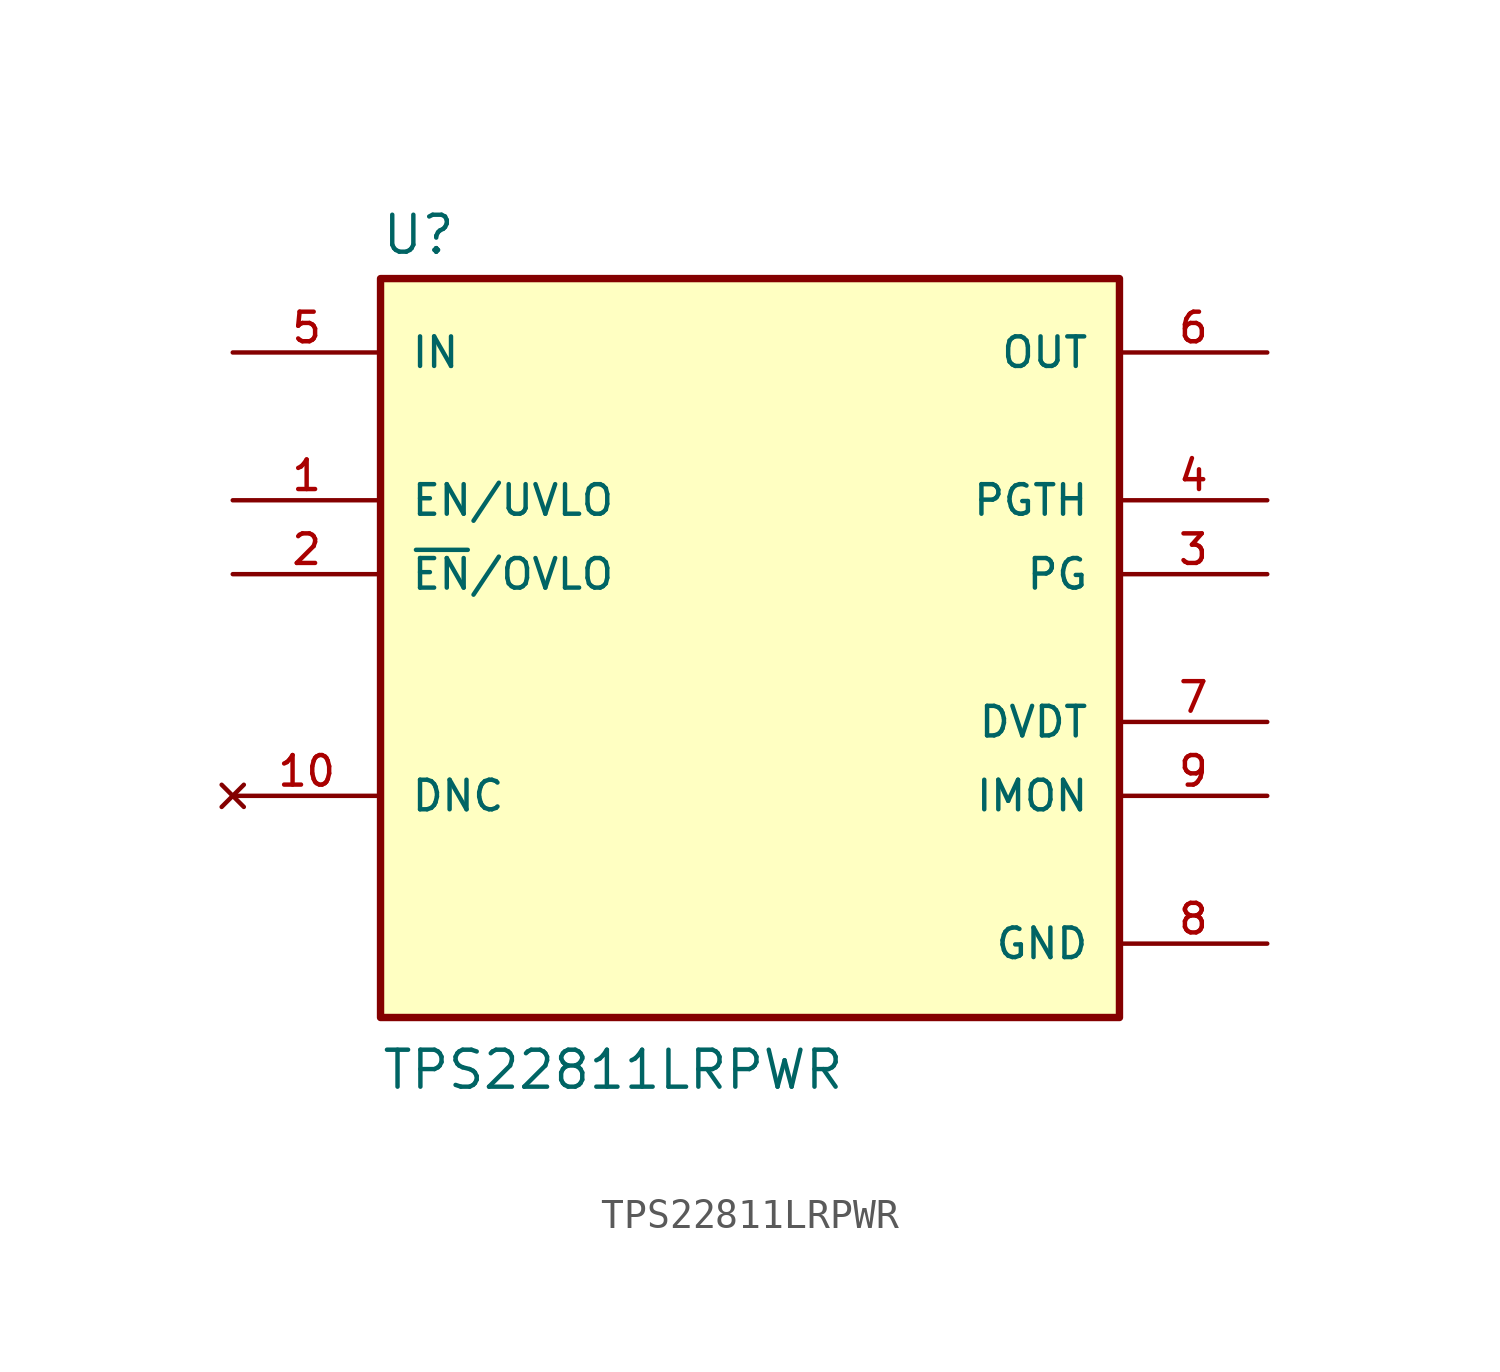
<source format=kicad_sym>
(kicad_symbol_lib
  (version 20211014)
  (generator kicad_symbol_editor)
  (symbol "TPS22811LRPWR"
    (pin_names
      (offset 1.016))
    (property "Reference" "U"
      (at -12.7 13.462 0)
      (effects (font (size 1.27 1.27)) (justify bottom left)))
    (property "Value" "TPS22811LRPWR"
      (at -12.7 -15.24 0)
      (effects (font (size 1.27 1.27)) (justify bottom left)))
    (symbol "TPS22811LRPWR_0_0"
      (rectangle (start -12.7 -12.7) (end 12.7 12.7) (stroke (width 0.254)) (fill (type background)))
      (pin input line (at -17.78 5.08 0) (length 5.08) (name "EN/UVLO" (effects (font (size 1.016 1.016)))) (number "1" (effects (font (size 1.016 1.016)))))
      (pin input line (at -17.78 2.54 0) (length 5.08) (name "~{EN}/OVLO" (effects (font (size 1.016 1.016)))) (number "2" (effects (font (size 1.016 1.016)))))
      (pin output line (at 17.78 2.54 180.0) (length 5.08) (name "PG" (effects (font (size 1.016 1.016)))) (number "3" (effects (font (size 1.016 1.016)))))
      (pin input line (at 17.78 5.08 180.0) (length 5.08) (name "PGTH" (effects (font (size 1.016 1.016)))) (number "4" (effects (font (size 1.016 1.016)))))
      (pin input line (at -17.78 10.16 0) (length 5.08) (name "IN" (effects (font (size 1.016 1.016)))) (number "5" (effects (font (size 1.016 1.016)))))
      (pin output line (at 17.78 10.16 180.0) (length 5.08) (name "OUT" (effects (font (size 1.016 1.016)))) (number "6" (effects (font (size 1.016 1.016)))))
      (pin output line (at 17.78 -2.54 180.0) (length 5.08) (name "DVDT" (effects (font (size 1.016 1.016)))) (number "7" (effects (font (size 1.016 1.016)))))
      (pin power_in line (at 17.78 -10.16 180.0) (length 5.08) (name "GND" (effects (font (size 1.016 1.016)))) (number "8" (effects (font (size 1.016 1.016)))))
      (pin output line (at 17.78 -5.08 180.0) (length 5.08) (name "IMON" (effects (font (size 1.016 1.016)))) (number "9" (effects (font (size 1.016 1.016)))))
      (pin no_connect line (at -17.78 -5.08 0) (length 5.08) (name "DNC" (effects (font (size 1.016 1.016)))) (number "10" (effects (font (size 1.016 1.016))))))))
</source>
